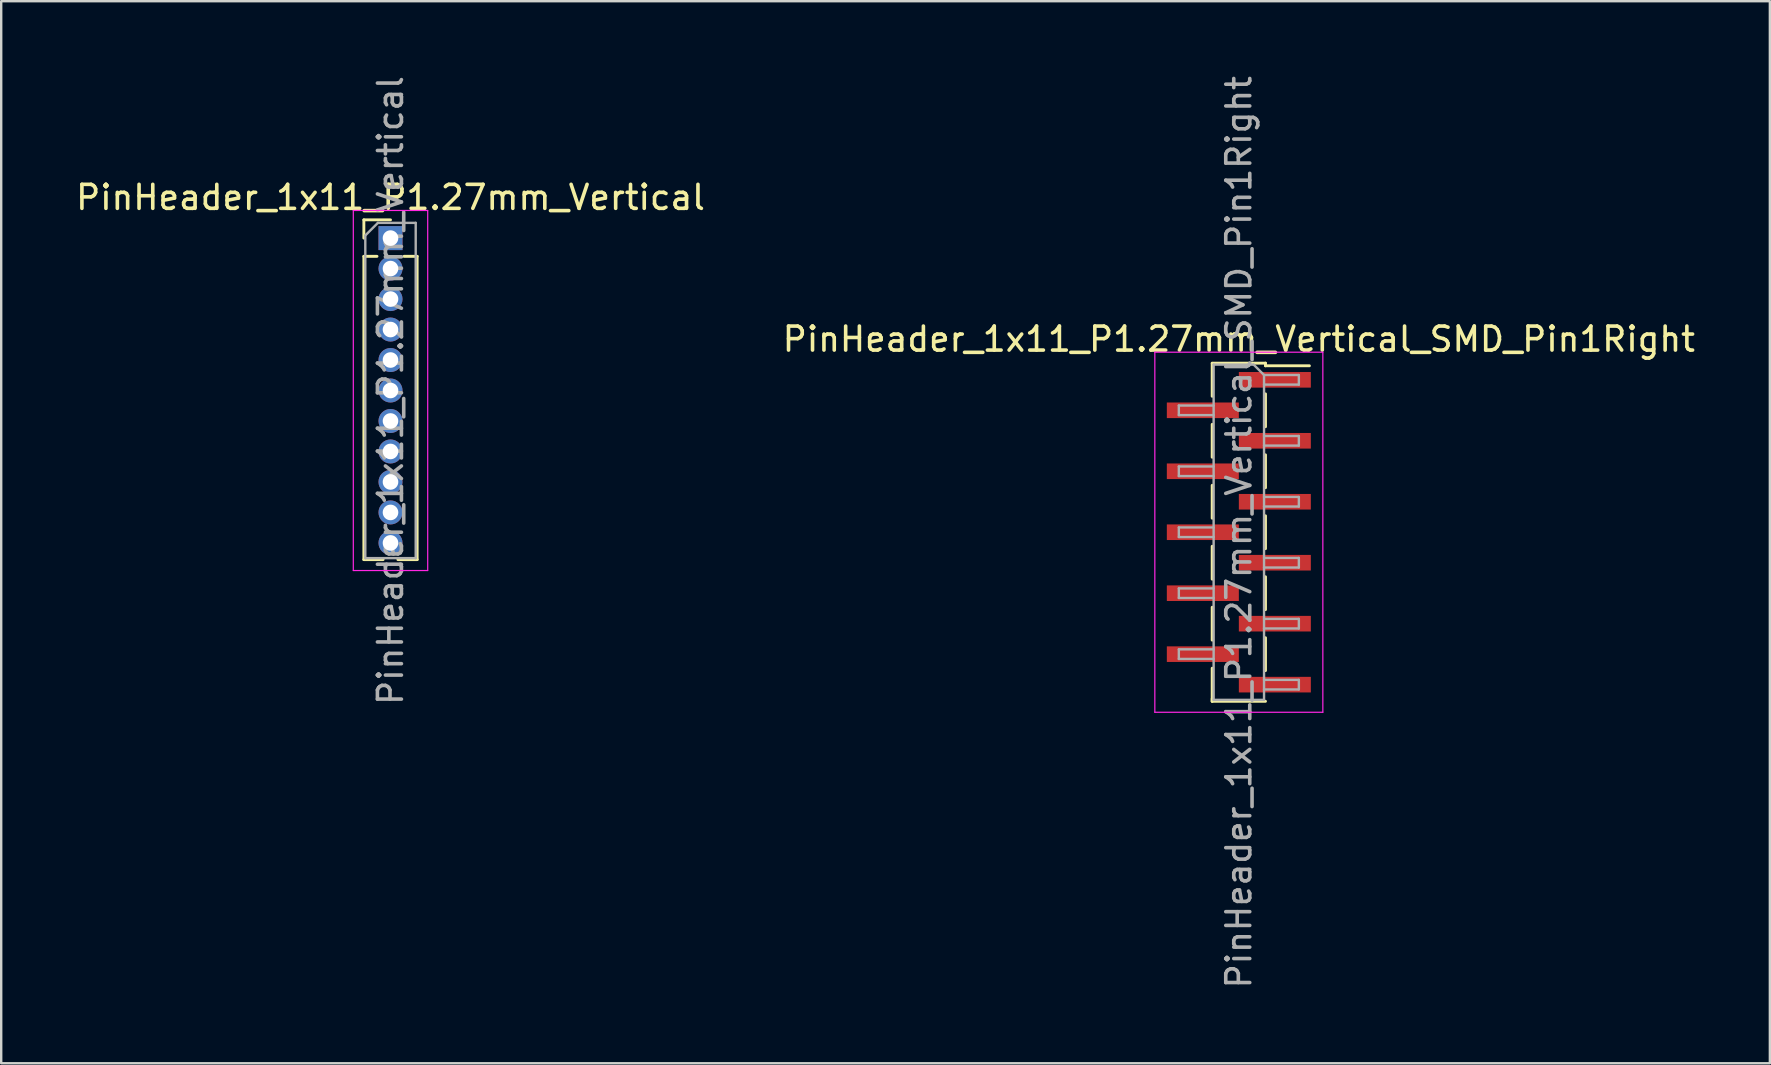
<source format=kicad_pcb>
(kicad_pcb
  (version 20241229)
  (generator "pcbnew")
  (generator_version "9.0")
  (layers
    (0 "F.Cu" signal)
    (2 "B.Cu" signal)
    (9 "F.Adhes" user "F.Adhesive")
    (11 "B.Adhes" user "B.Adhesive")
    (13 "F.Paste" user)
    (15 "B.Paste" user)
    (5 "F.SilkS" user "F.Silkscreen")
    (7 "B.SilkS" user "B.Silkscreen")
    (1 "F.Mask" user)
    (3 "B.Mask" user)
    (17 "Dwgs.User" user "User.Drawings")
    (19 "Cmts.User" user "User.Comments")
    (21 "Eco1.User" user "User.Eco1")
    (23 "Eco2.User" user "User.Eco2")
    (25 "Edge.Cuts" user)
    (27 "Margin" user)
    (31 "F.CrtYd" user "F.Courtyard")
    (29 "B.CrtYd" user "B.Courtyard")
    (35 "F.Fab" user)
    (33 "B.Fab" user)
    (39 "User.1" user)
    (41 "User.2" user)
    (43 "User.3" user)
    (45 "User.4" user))
  (footprint "PinHeader_1x11_P1.27mm_Vertical_SMD_Pin1Right"
    (layer "F.Cu")
    (at 48.565 19.125)
    (property "Reference" "PinHeader_1x11_P1.27mm_Vertical_SMD_Pin1Right" (at 0 -8.045 0) (layer "F.SilkS") (effects (font (size 1 1) (thickness 0.15))))
    (attr smd)
    (fp_line (start -1.11 -7.045) (end 1.11 -7.045) (stroke (width 0.12) (type solid)) (layer "F.SilkS"))
    (fp_line (start -1.11 -7.035) (end -1.11 -5.665) (stroke (width 0.12) (type solid)) (layer "F.SilkS"))
    (fp_line (start -1.11 -4.495) (end -1.11 -3.125) (stroke (width 0.12) (type solid)) (layer "F.SilkS"))
    (fp_line (start -1.11 -1.955) (end -1.11 -0.585) (stroke (width 0.12) (type solid)) (layer "F.SilkS"))
    (fp_line (start -1.11 0.585) (end -1.11 1.955) (stroke (width 0.12) (type solid)) (layer "F.SilkS"))
    (fp_line (start -1.11 3.125) (end -1.11 4.495) (stroke (width 0.12) (type solid)) (layer "F.SilkS"))
    (fp_line (start -1.11 5.665) (end -1.11 7.035) (stroke (width 0.12) (type solid)) (layer "F.SilkS"))
    (fp_line (start -1.11 6.935) (end -1.11 7.045) (stroke (width 0.12) (type solid)) (layer "F.SilkS"))
    (fp_line (start -1.11 7.045) (end 1.11 7.045) (stroke (width 0.12) (type solid)) (layer "F.SilkS"))
    (fp_line (start 1.11 -7.045) (end 1.11 -6.935) (stroke (width 0.12) (type solid)) (layer "F.SilkS"))
    (fp_line (start 1.11 -6.935) (end 2.94 -6.935) (stroke (width 0.12) (type solid)) (layer "F.SilkS"))
    (fp_line (start 1.11 -5.765) (end 1.11 -4.395) (stroke (width 0.12) (type solid)) (layer "F.SilkS"))
    (fp_line (start 1.11 -3.225) (end 1.11 -1.855) (stroke (width 0.12) (type solid)) (layer "F.SilkS"))
    (fp_line (start 1.11 -0.685) (end 1.11 0.685) (stroke (width 0.12) (type solid)) (layer "F.SilkS"))
    (fp_line (start 1.11 1.855) (end 1.11 3.225) (stroke (width 0.12) (type solid)) (layer "F.SilkS"))
    (fp_line (start 1.11 4.395) (end 1.11 5.765) (stroke (width 0.12) (type solid)) (layer "F.SilkS"))
    (fp_line (start -3.5 -7.5) (end -3.5 7.5) (stroke (width 0.05) (type solid)) (layer "F.CrtYd"))
    (fp_line (start -3.5 7.5) (end 3.5 7.5) (stroke (width 0.05) (type solid)) (layer "F.CrtYd"))
    (fp_line (start 3.5 -7.5) (end -3.5 -7.5) (stroke (width 0.05) (type solid)) (layer "F.CrtYd"))
    (fp_line (start 3.5 7.5) (end 3.5 -7.5) (stroke (width 0.05) (type solid)) (layer "F.CrtYd"))
    (fp_line (start -2.5 -5.28) (end -2.5 -4.88) (stroke (width 0.1) (type solid)) (layer "F.Fab"))
    (fp_line (start -2.5 -4.88) (end -1.05 -4.88) (stroke (width 0.1) (type solid)) (layer "F.Fab"))
    (fp_line (start -2.5 -2.74) (end -2.5 -2.34) (stroke (width 0.1) (type solid)) (layer "F.Fab"))
    (fp_line (start -2.5 -2.34) (end -1.05 -2.34) (stroke (width 0.1) (type solid)) (layer "F.Fab"))
    (fp_line (start -2.5 -0.2) (end -2.5 0.2) (stroke (width 0.1) (type solid)) (layer "F.Fab"))
    (fp_line (start -2.5 0.2) (end -1.05 0.2) (stroke (width 0.1) (type solid)) (layer "F.Fab"))
    (fp_line (start -2.5 2.34) (end -2.5 2.74) (stroke (width 0.1) (type solid)) (layer "F.Fab"))
    (fp_line (start -2.5 2.74) (end -1.05 2.74) (stroke (width 0.1) (type solid)) (layer "F.Fab"))
    (fp_line (start -2.5 4.88) (end -2.5 5.28) (stroke (width 0.1) (type solid)) (layer "F.Fab"))
    (fp_line (start -2.5 5.28) (end -1.05 5.28) (stroke (width 0.1) (type solid)) (layer "F.Fab"))
    (fp_line (start -1.05 -6.985) (end -1.05 6.985) (stroke (width 0.1) (type solid)) (layer "F.Fab"))
    (fp_line (start -1.05 -6.985) (end 0.615 -6.985) (stroke (width 0.1) (type solid)) (layer "F.Fab"))
    (fp_line (start -1.05 -5.28) (end -2.5 -5.28) (stroke (width 0.1) (type solid)) (layer "F.Fab"))
    (fp_line (start -1.05 -2.74) (end -2.5 -2.74) (stroke (width 0.1) (type solid)) (layer "F.Fab"))
    (fp_line (start -1.05 -0.2) (end -2.5 -0.2) (stroke (width 0.1) (type solid)) (layer "F.Fab"))
    (fp_line (start -1.05 2.34) (end -2.5 2.34) (stroke (width 0.1) (type solid)) (layer "F.Fab"))
    (fp_line (start -1.05 4.88) (end -2.5 4.88) (stroke (width 0.1) (type solid)) (layer "F.Fab"))
    (fp_line (start 1.05 -6.55) (end 0.615 -6.985) (stroke (width 0.1) (type solid)) (layer "F.Fab"))
    (fp_line (start 1.05 -6.55) (end 2.5 -6.55) (stroke (width 0.1) (type solid)) (layer "F.Fab"))
    (fp_line (start 1.05 -4.01) (end 2.5 -4.01) (stroke (width 0.1) (type solid)) (layer "F.Fab"))
    (fp_line (start 1.05 -1.47) (end 2.5 -1.47) (stroke (width 0.1) (type solid)) (layer "F.Fab"))
    (fp_line (start 1.05 1.07) (end 2.5 1.07) (stroke (width 0.1) (type solid)) (layer "F.Fab"))
    (fp_line (start 1.05 3.61) (end 2.5 3.61) (stroke (width 0.1) (type solid)) (layer "F.Fab"))
    (fp_line (start 1.05 6.15) (end 2.5 6.15) (stroke (width 0.1) (type solid)) (layer "F.Fab"))
    (fp_line (start 1.05 6.985) (end -1.05 6.985) (stroke (width 0.1) (type solid)) (layer "F.Fab"))
    (fp_line (start 1.05 6.985) (end 1.05 -6.55) (stroke (width 0.1) (type solid)) (layer "F.Fab"))
    (fp_line (start 2.5 -6.55) (end 2.5 -6.15) (stroke (width 0.1) (type solid)) (layer "F.Fab"))
    (fp_line (start 2.5 -6.15) (end 1.05 -6.15) (stroke (width 0.1) (type solid)) (layer "F.Fab"))
    (fp_line (start 2.5 -4.01) (end 2.5 -3.61) (stroke (width 0.1) (type solid)) (layer "F.Fab"))
    (fp_line (start 2.5 -3.61) (end 1.05 -3.61) (stroke (width 0.1) (type solid)) (layer "F.Fab"))
    (fp_line (start 2.5 -1.47) (end 2.5 -1.07) (stroke (width 0.1) (type solid)) (layer "F.Fab"))
    (fp_line (start 2.5 -1.07) (end 1.05 -1.07) (stroke (width 0.1) (type solid)) (layer "F.Fab"))
    (fp_line (start 2.5 1.07) (end 2.5 1.47) (stroke (width 0.1) (type solid)) (layer "F.Fab"))
    (fp_line (start 2.5 1.47) (end 1.05 1.47) (stroke (width 0.1) (type solid)) (layer "F.Fab"))
    (fp_line (start 2.5 3.61) (end 2.5 4.01) (stroke (width 0.1) (type solid)) (layer "F.Fab"))
    (fp_line (start 2.5 4.01) (end 1.05 4.01) (stroke (width 0.1) (type solid)) (layer "F.Fab"))
    (fp_line (start 2.5 6.15) (end 2.5 6.55) (stroke (width 0.1) (type solid)) (layer "F.Fab"))
    (fp_line (start 2.5 6.55) (end 1.05 6.55) (stroke (width 0.1) (type solid)) (layer "F.Fab"))
    (fp_text user "${REFERENCE}" (at 0 0 90) (layer "F.Fab") (effects (font (size 1 1) (thickness 0.15))))
    (pad "1" smd rect (at 1.5 -6.35) (size 3 0.65) (layers "F.Cu" "F.Mask" "F.Paste"))
    (pad "2" smd rect (at -1.5 -5.08) (size 3 0.65) (layers "F.Cu" "F.Mask" "F.Paste"))
    (pad "3" smd rect (at 1.5 -3.81) (size 3 0.65) (layers "F.Cu" "F.Mask" "F.Paste"))
    (pad "4" smd rect (at -1.5 -2.54) (size 3 0.65) (layers "F.Cu" "F.Mask" "F.Paste"))
    (pad "5" smd rect (at 1.5 -1.27) (size 3 0.65) (layers "F.Cu" "F.Mask" "F.Paste"))
    (pad "6" smd rect (at -1.5 0) (size 3 0.65) (layers "F.Cu" "F.Mask" "F.Paste"))
    (pad "7" smd rect (at 1.5 1.27) (size 3 0.65) (layers "F.Cu" "F.Mask" "F.Paste"))
    (pad "8" smd rect (at -1.5 2.54) (size 3 0.65) (layers "F.Cu" "F.Mask" "F.Paste"))
    (pad "9" smd rect (at 1.5 3.81) (size 3 0.65) (layers "F.Cu" "F.Mask" "F.Paste"))
    (pad "10" smd rect (at -1.5 5.08) (size 3 0.65) (layers "F.Cu" "F.Mask" "F.Paste"))
    (pad "11" smd rect (at 1.5 6.35) (size 3 0.65) (layers "F.Cu" "F.Mask" "F.Paste")))
  (footprint "PinHeader_1x11_P1.27mm_Vertical"
    (layer "F.Cu")
    (at 13.22 6.87)
    (property "Reference" "PinHeader_1x11_P1.27mm_Vertical" (at 0 -1.695 0) (layer "F.SilkS") (effects (font (size 1 1) (thickness 0.15))))
    (attr through_hole)
    (fp_line (start -1.11 -0.76) (end 0 -0.76) (stroke (width 0.12) (type solid)) (layer "F.SilkS"))
    (fp_line (start -1.11 0) (end -1.11 -0.76) (stroke (width 0.12) (type solid)) (layer "F.SilkS"))
    (fp_line (start -1.11 0.76) (end -1.11 13.395) (stroke (width 0.12) (type solid)) (layer "F.SilkS"))
    (fp_line (start -1.11 0.76) (end -0.563 0.76) (stroke (width 0.12) (type solid)) (layer "F.SilkS"))
    (fp_line (start -1.11 13.395) (end -0.308 13.395) (stroke (width 0.12) (type solid)) (layer "F.SilkS"))
    (fp_line (start 0.308 13.395) (end 1.11 13.395) (stroke (width 0.12) (type solid)) (layer "F.SilkS"))
    (fp_line (start 0.563 0.76) (end 1.11 0.76) (stroke (width 0.12) (type solid)) (layer "F.SilkS"))
    (fp_line (start 1.11 0.76) (end 1.11 13.395) (stroke (width 0.12) (type solid)) (layer "F.SilkS"))
    (fp_line (start -1.55 -1.15) (end -1.55 13.85) (stroke (width 0.05) (type solid)) (layer "F.CrtYd"))
    (fp_line (start -1.55 13.85) (end 1.55 13.85) (stroke (width 0.05) (type solid)) (layer "F.CrtYd"))
    (fp_line (start 1.55 -1.15) (end -1.55 -1.15) (stroke (width 0.05) (type solid)) (layer "F.CrtYd"))
    (fp_line (start 1.55 13.85) (end 1.55 -1.15) (stroke (width 0.05) (type solid)) (layer "F.CrtYd"))
    (fp_line (start -1.05 -0.11) (end -0.525 -0.635) (stroke (width 0.1) (type solid)) (layer "F.Fab"))
    (fp_line (start -1.05 13.335) (end -1.05 -0.11) (stroke (width 0.1) (type solid)) (layer "F.Fab"))
    (fp_line (start -0.525 -0.635) (end 1.05 -0.635) (stroke (width 0.1) (type solid)) (layer "F.Fab"))
    (fp_line (start 1.05 -0.635) (end 1.05 13.335) (stroke (width 0.1) (type solid)) (layer "F.Fab"))
    (fp_line (start 1.05 13.335) (end -1.05 13.335) (stroke (width 0.1) (type solid)) (layer "F.Fab"))
    (fp_text user "${REFERENCE}" (at 0 6.35 90) (layer "F.Fab") (effects (font (size 1 1) (thickness 0.15))))
    (pad "1" thru_hole rect (at 0 0) (size 1 1) (drill 0.65) (layers "*.Cu" "*.Mask"))
    (pad "2" thru_hole oval (at 0 1.27) (size 1 1) (drill 0.65) (layers "*.Cu" "*.Mask"))
    (pad "3" thru_hole oval (at 0 2.54) (size 1 1) (drill 0.65) (layers "*.Cu" "*.Mask"))
    (pad "4" thru_hole oval (at 0 3.81) (size 1 1) (drill 0.65) (layers "*.Cu" "*.Mask"))
    (pad "5" thru_hole oval (at 0 5.08) (size 1 1) (drill 0.65) (layers "*.Cu" "*.Mask"))
    (pad "6" thru_hole oval (at 0 6.35) (size 1 1) (drill 0.65) (layers "*.Cu" "*.Mask"))
    (pad "7" thru_hole oval (at 0 7.62) (size 1 1) (drill 0.65) (layers "*.Cu" "*.Mask"))
    (pad "8" thru_hole oval (at 0 8.89) (size 1 1) (drill 0.65) (layers "*.Cu" "*.Mask"))
    (pad "9" thru_hole oval (at 0 10.16) (size 1 1) (drill 0.65) (layers "*.Cu" "*.Mask"))
    (pad "10" thru_hole oval (at 0 11.43) (size 1 1) (drill 0.65) (layers "*.Cu" "*.Mask"))
    (pad "11" thru_hole oval (at 0 12.7) (size 1 1) (drill 0.65) (layers "*.Cu" "*.Mask")))
  (gr_rect
    (start -3 -3)
    (end 70.69 41.25)
    (stroke (width 0.1) (type default))
    (fill no)
    (layer "Edge.Cuts")))
</source>
